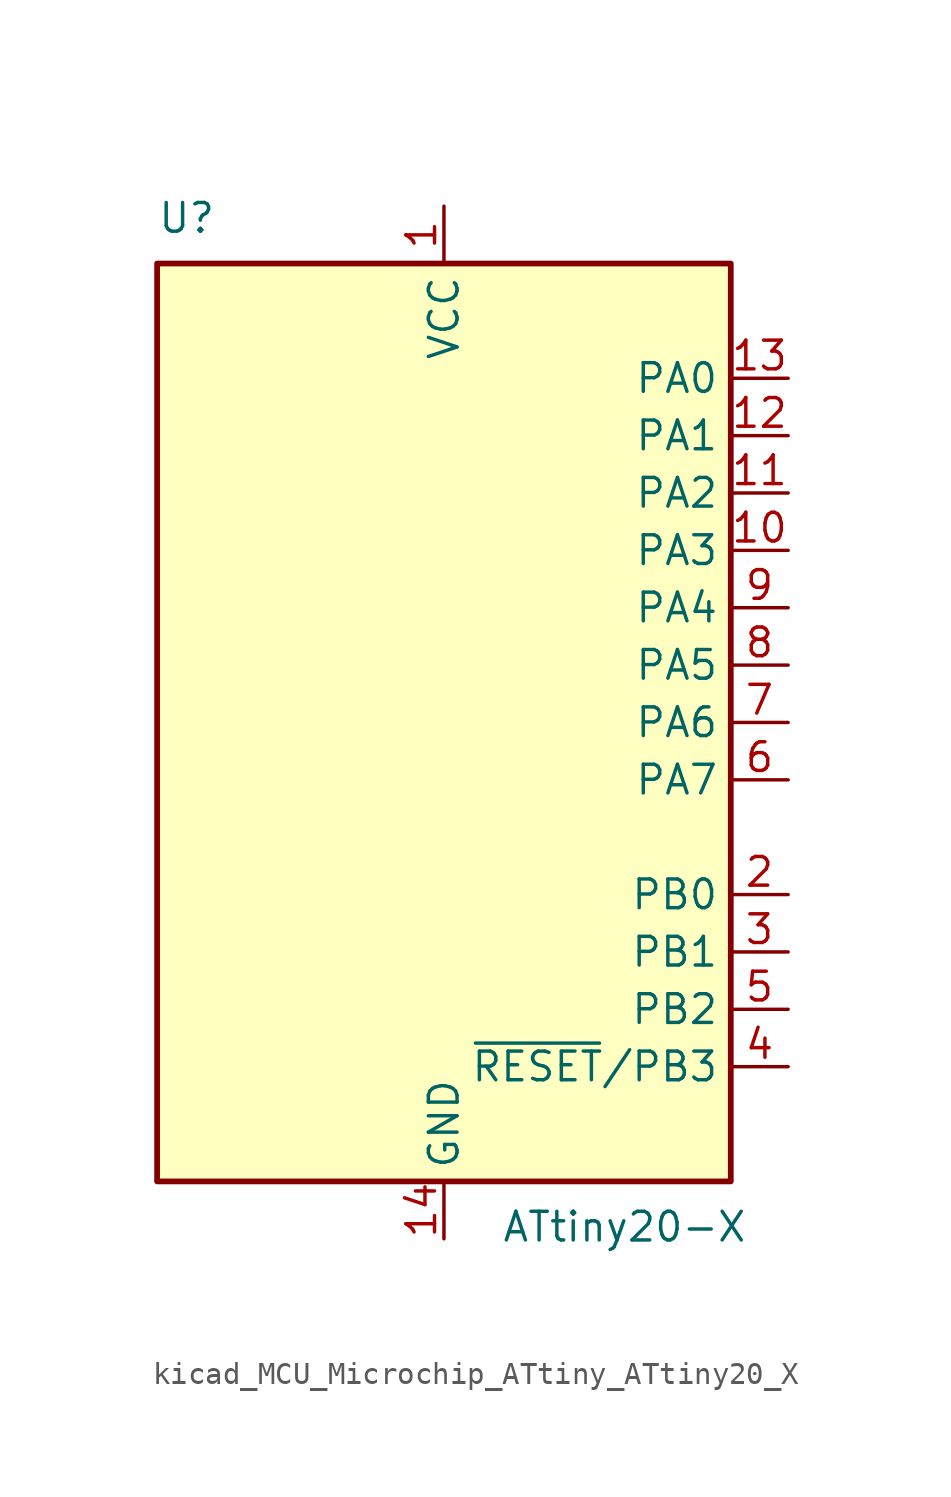
<source format=kicad_sym>
(kicad_symbol_lib
  (version 20220914)
  (generator kicad_symbol_editor)
  (symbol "kicad_MCU_Microchip_ATtiny_ATtiny20_X"
    (property "Reference" "U"
      (at -12.7 21.59 0)
      (effects (font (size 1.27 1.27)) (justify left bottom)))
    (property "Value" "ATtiny20-X"
      (at 2.54 -21.59 0)
      (effects (font (size 1.27 1.27)) (justify left top)))
    (symbol "kicad_MCU_Microchip_ATtiny_ATtiny20_X_0_1"
      (rectangle (start -12.7 -20.32) (end 12.7 20.32) (stroke (width 0.254) (type default)) (fill (type background))))
    (symbol "kicad_MCU_Microchip_ATtiny_ATtiny20_X_1_1"
      (pin power_in line (at 0 22.86 270) (length 2.54) (name "VCC" (effects (font (size 1.27 1.27)))) (number "1" (effects (font (size 1.27 1.27)))))
      (pin bidirectional line (at 15.24 7.62 180) (length 2.54) (name "PA3" (effects (font (size 1.27 1.27)))) (number "10" (effects (font (size 1.27 1.27)))))
      (pin bidirectional line (at 15.24 10.16 180) (length 2.54) (name "PA2" (effects (font (size 1.27 1.27)))) (number "11" (effects (font (size 1.27 1.27)))))
      (pin bidirectional line (at 15.24 12.7 180) (length 2.54) (name "PA1" (effects (font (size 1.27 1.27)))) (number "12" (effects (font (size 1.27 1.27)))))
      (pin bidirectional line (at 15.24 15.24 180) (length 2.54) (name "PA0" (effects (font (size 1.27 1.27)))) (number "13" (effects (font (size 1.27 1.27)))))
      (pin power_in line (at 0 -22.86 90) (length 2.54) (name "GND" (effects (font (size 1.27 1.27)))) (number "14" (effects (font (size 1.27 1.27)))))
      (pin bidirectional line (at 15.24 -7.62 180) (length 2.54) (name "PB0" (effects (font (size 1.27 1.27)))) (number "2" (effects (font (size 1.27 1.27)))))
      (pin bidirectional line (at 15.24 -10.16 180) (length 2.54) (name "PB1" (effects (font (size 1.27 1.27)))) (number "3" (effects (font (size 1.27 1.27)))))
      (pin bidirectional line (at 15.24 -15.24 180) (length 2.54) (name "~{RESET}/PB3" (effects (font (size 1.27 1.27)))) (number "4" (effects (font (size 1.27 1.27)))))
      (pin bidirectional line (at 15.24 -12.7 180) (length 2.54) (name "PB2" (effects (font (size 1.27 1.27)))) (number "5" (effects (font (size 1.27 1.27)))))
      (pin bidirectional line (at 15.24 -2.54 180) (length 2.54) (name "PA7" (effects (font (size 1.27 1.27)))) (number "6" (effects (font (size 1.27 1.27)))))
      (pin bidirectional line (at 15.24 0 180) (length 2.54) (name "PA6" (effects (font (size 1.27 1.27)))) (number "7" (effects (font (size 1.27 1.27)))))
      (pin bidirectional line (at 15.24 2.54 180) (length 2.54) (name "PA5" (effects (font (size 1.27 1.27)))) (number "8" (effects (font (size 1.27 1.27)))))
      (pin bidirectional line (at 15.24 5.08 180) (length 2.54) (name "PA4" (effects (font (size 1.27 1.27)))) (number "9" (effects (font (size 1.27 1.27))))))))
</source>
